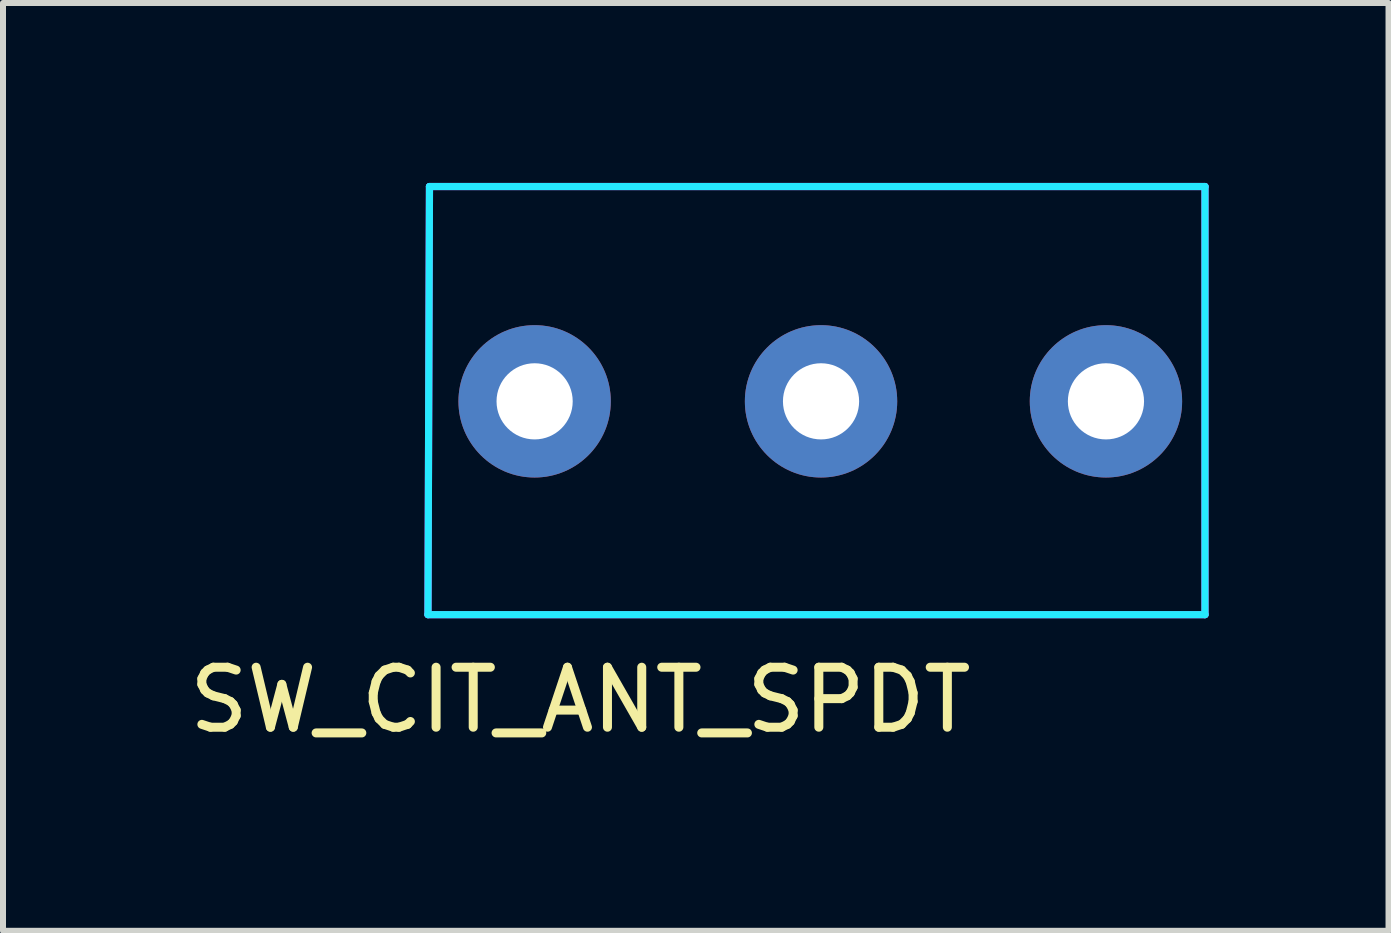
<source format=kicad_pcb>
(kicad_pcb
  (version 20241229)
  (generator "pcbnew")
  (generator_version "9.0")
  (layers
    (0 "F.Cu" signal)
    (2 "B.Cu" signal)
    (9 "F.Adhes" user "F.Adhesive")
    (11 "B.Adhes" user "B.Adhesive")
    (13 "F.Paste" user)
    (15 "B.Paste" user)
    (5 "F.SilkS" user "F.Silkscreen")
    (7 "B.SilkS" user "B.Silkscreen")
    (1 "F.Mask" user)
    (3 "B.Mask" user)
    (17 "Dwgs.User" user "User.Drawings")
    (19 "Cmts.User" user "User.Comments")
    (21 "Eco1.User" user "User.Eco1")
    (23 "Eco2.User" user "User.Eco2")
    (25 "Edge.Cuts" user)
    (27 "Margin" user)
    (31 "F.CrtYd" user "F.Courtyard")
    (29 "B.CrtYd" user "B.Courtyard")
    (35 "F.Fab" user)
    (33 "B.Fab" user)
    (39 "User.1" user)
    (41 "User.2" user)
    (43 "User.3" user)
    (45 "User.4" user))
  (footprint "SW_CIT_ANT_SPDT"
    (layer "F.Cu")
    (at 5.863 3.641)
    (property "Reference" "SW_CIT_ANT_SPDT" (at 0.762 4.978 0) (layer "F.SilkS") (effects (font (size 1 1) (thickness 0.15))))
    (attr through_hole)
    (fp_line (start -1.778 3.556) (end -1.753 -3.581) (stroke (width 0.12) (type solid)) (layer "B.CrtYd"))
    (fp_line (start -1.753 -3.581) (end 11.176 -3.581) (stroke (width 0.12) (type solid)) (layer "B.CrtYd"))
    (fp_line (start 11.176 -3.581) (end 11.176 3.556) (stroke (width 0.12) (type solid)) (layer "B.CrtYd"))
    (fp_line (start 11.176 3.556) (end -1.778 3.556) (stroke (width 0.12) (type solid)) (layer "B.CrtYd"))
    (fp_line (start -1.778 3.556) (end 11.176 3.556) (stroke (width 0.12) (type solid)) (layer "F.CrtYd"))
    (fp_line (start -1.753 -3.581) (end -1.778 3.556) (stroke (width 0.12) (type solid)) (layer "F.CrtYd"))
    (fp_line (start 11.176 -3.581) (end -1.753 -3.581) (stroke (width 0.12) (type solid)) (layer "F.CrtYd"))
    (fp_line (start 11.176 3.556) (end 11.176 -3.581) (stroke (width 0.12) (type solid)) (layer "F.CrtYd"))
    (pad "1" thru_hole circle (at 0 0) (size 2.54 2.54) (drill 1.27) (layers "*.Cu" "*.Mask"))
    (pad "2" thru_hole circle (at 4.775 0) (size 2.54 2.54) (drill 1.27) (layers "*.Cu" "*.Mask"))
    (pad "3" thru_hole circle (at 9.525 0) (size 2.54 2.54) (drill 1.27) (layers "*.Cu" "*.Mask")))
  (gr_rect
    (start -3 -3)
    (end 20.099 12.468)
    (stroke (width 0.1) (type default))
    (fill no)
    (layer "Edge.Cuts")))
</source>
